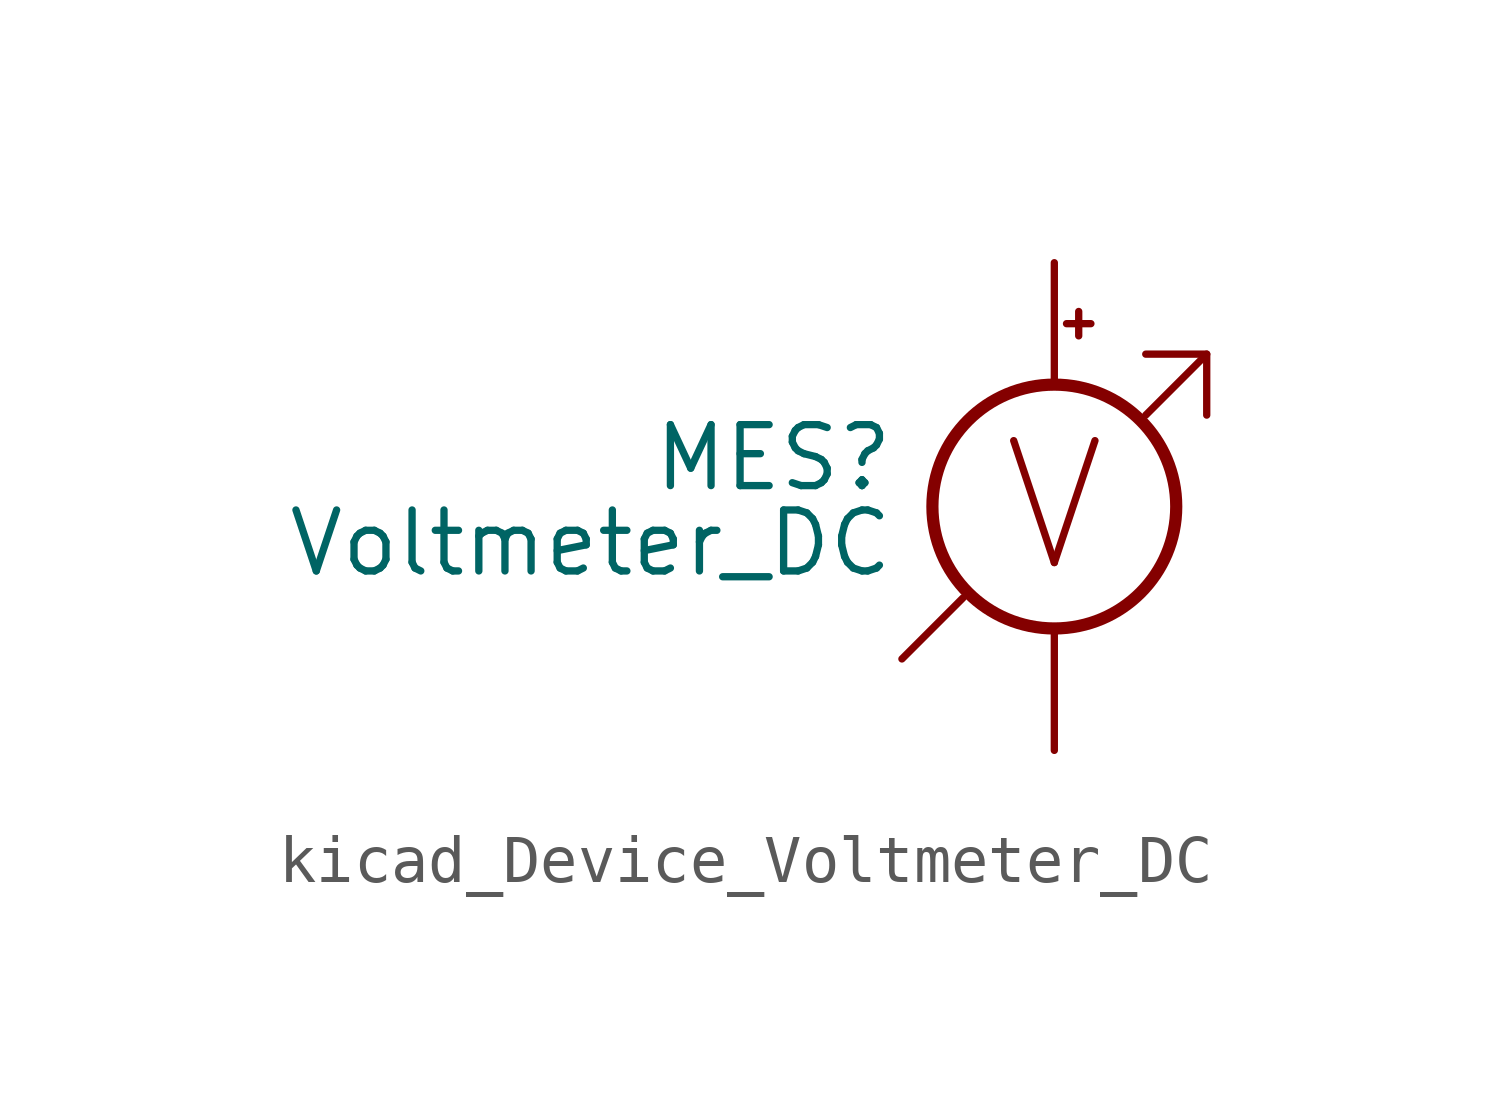
<source format=kicad_sym>
(kicad_symbol_lib
  (version 20220914)
  (generator kicad_symbol_editor)
  (symbol "kicad_Device_Voltmeter_DC"
    (pin_numbers hide)
    (pin_names
      (offset 0.025) hide)
    (property "Reference" "MES"
      (at -3.302 1.016 0)
      (effects (font (size 1.27 1.27)) (justify right)))
    (property "Value" "Voltmeter_DC"
      (at -3.302 -0.762 0)
      (effects (font (size 1.27 1.27)) (justify right)))
    (symbol "kicad_Device_Voltmeter_DC_0_0"
      (polyline (pts (xy -3.175 -3.175) (xy -1.905 -1.905)) (stroke (width 0) (type default)) (fill (type none)))
      (polyline (pts (xy 1.905 1.905) (xy 3.175 3.175)) (stroke (width 0) (type default)) (fill (type none)))
      (polyline (pts (xy 1.905 3.175) (xy 3.175 3.175) (xy 3.175 1.905)) (stroke (width 0) (type default)) (fill (type none)))
      (text "V" (at 0 0 0) (effects (font (size 2.54 2.54)))))
    (symbol "kicad_Device_Voltmeter_DC_0_1"
      (polyline (pts (xy 0.254 3.81) (xy 0.762 3.81)) (stroke (width 0) (type default)) (fill (type none)))
      (polyline (pts (xy 0.508 4.064) (xy 0.508 3.556)) (stroke (width 0) (type default)) (fill (type none)))
      (circle (center 0 0) (radius 2.54) (stroke (width 0.254) (type default)) (fill (type none))))
    (symbol "kicad_Device_Voltmeter_DC_1_1"
      (pin passive line (at 0 -5.08 90) (length 2.54) (name "-" (effects (font (size 1.27 1.27)))) (number "1" (effects (font (size 1.27 1.27)))))
      (pin passive line (at 0 5.08 270) (length 2.54) (name "+" (effects (font (size 1.27 1.27)))) (number "2" (effects (font (size 1.27 1.27))))))))
</source>
